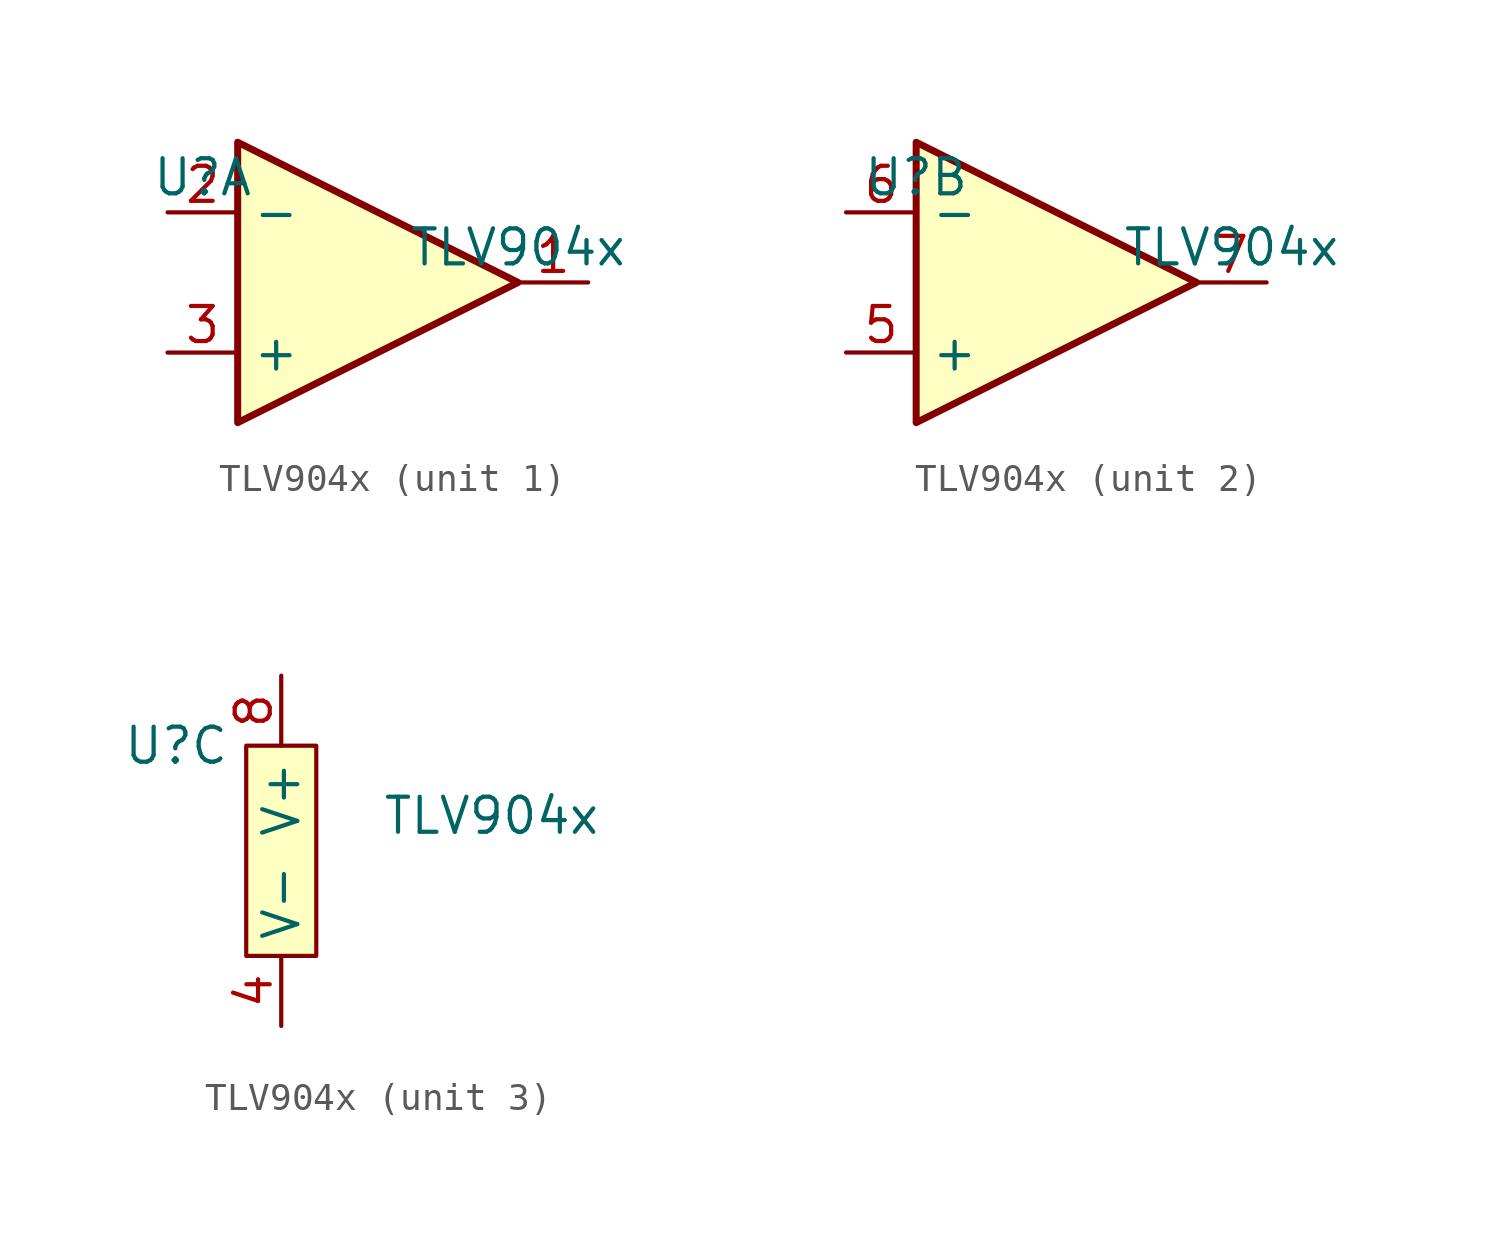
<source format=kicad_sym>
(kicad_symbol_lib
  (version 20231120)
  (generator "kicad_symbol_editor")
  (generator_version "8.0")
  (symbol "TLV904x"
    (property "Reference" "U"
      (at -3.81 3.81 0)
      (effects (font (size 1.27 1.27))))
    (property "Value" "TLV904x"
      (at 7.62 1.27 0)
      (effects (font (size 1.27 1.27))))
    (property "ki_locked" ""
      (at 0 0 0)
      (effects (font (size 1.27 1.27))))
    (symbol "TLV904x_1_1"
      (polyline (pts (xy -2.54 5.08) (xy 7.62 0) (xy -2.54 -5.08) (xy -2.54 5.08)) (stroke (width 0.254) (type default)) (fill (type background)))
      (pin output line (at 10.16 0 180) (length 2.54) (name "~" (effects (font (size 1.27 1.27)))) (number "1" (effects (font (size 1.27 1.27)))))
      (pin input line (at -5.08 2.54 0) (length 2.54) (name "-" (effects (font (size 1.27 1.27)))) (number "2" (effects (font (size 1.27 1.27)))))
      (pin input line (at -5.08 -2.54 0) (length 2.54) (name "+" (effects (font (size 1.27 1.27)))) (number "3" (effects (font (size 1.27 1.27))))))
    (symbol "TLV904x_2_1"
      (polyline (pts (xy -3.81 5.08) (xy 6.35 0) (xy -3.81 -5.08) (xy -3.81 5.08)) (stroke (width 0.254) (type default)) (fill (type background)))
      (pin input line (at -6.35 -2.54 0) (length 2.54) (name "+" (effects (font (size 1.27 1.27)))) (number "5" (effects (font (size 1.27 1.27)))))
      (pin input line (at -6.35 2.54 0) (length 2.54) (name "-" (effects (font (size 1.27 1.27)))) (number "6" (effects (font (size 1.27 1.27)))))
      (pin output line (at 8.89 0 180) (length 2.54) (name "~" (effects (font (size 1.27 1.27)))) (number "7" (effects (font (size 1.27 1.27))))))
    (symbol "TLV904x_3_1"
      (rectangle (start -1.27 3.81) (end 1.27 -3.81) (stroke (width 0.152) (type default)) (fill (type background)))
      (pin input line (at 0 -6.35 90) (length 2.54) (name "V-" (effects (font (size 1.27 1.27)))) (number "4" (effects (font (size 1.27 1.27)))))
      (pin input line (at 0 6.35 270) (length 2.54) (name "V+" (effects (font (size 1.27 1.27)))) (number "8" (effects (font (size 1.27 1.27))))))))
</source>
